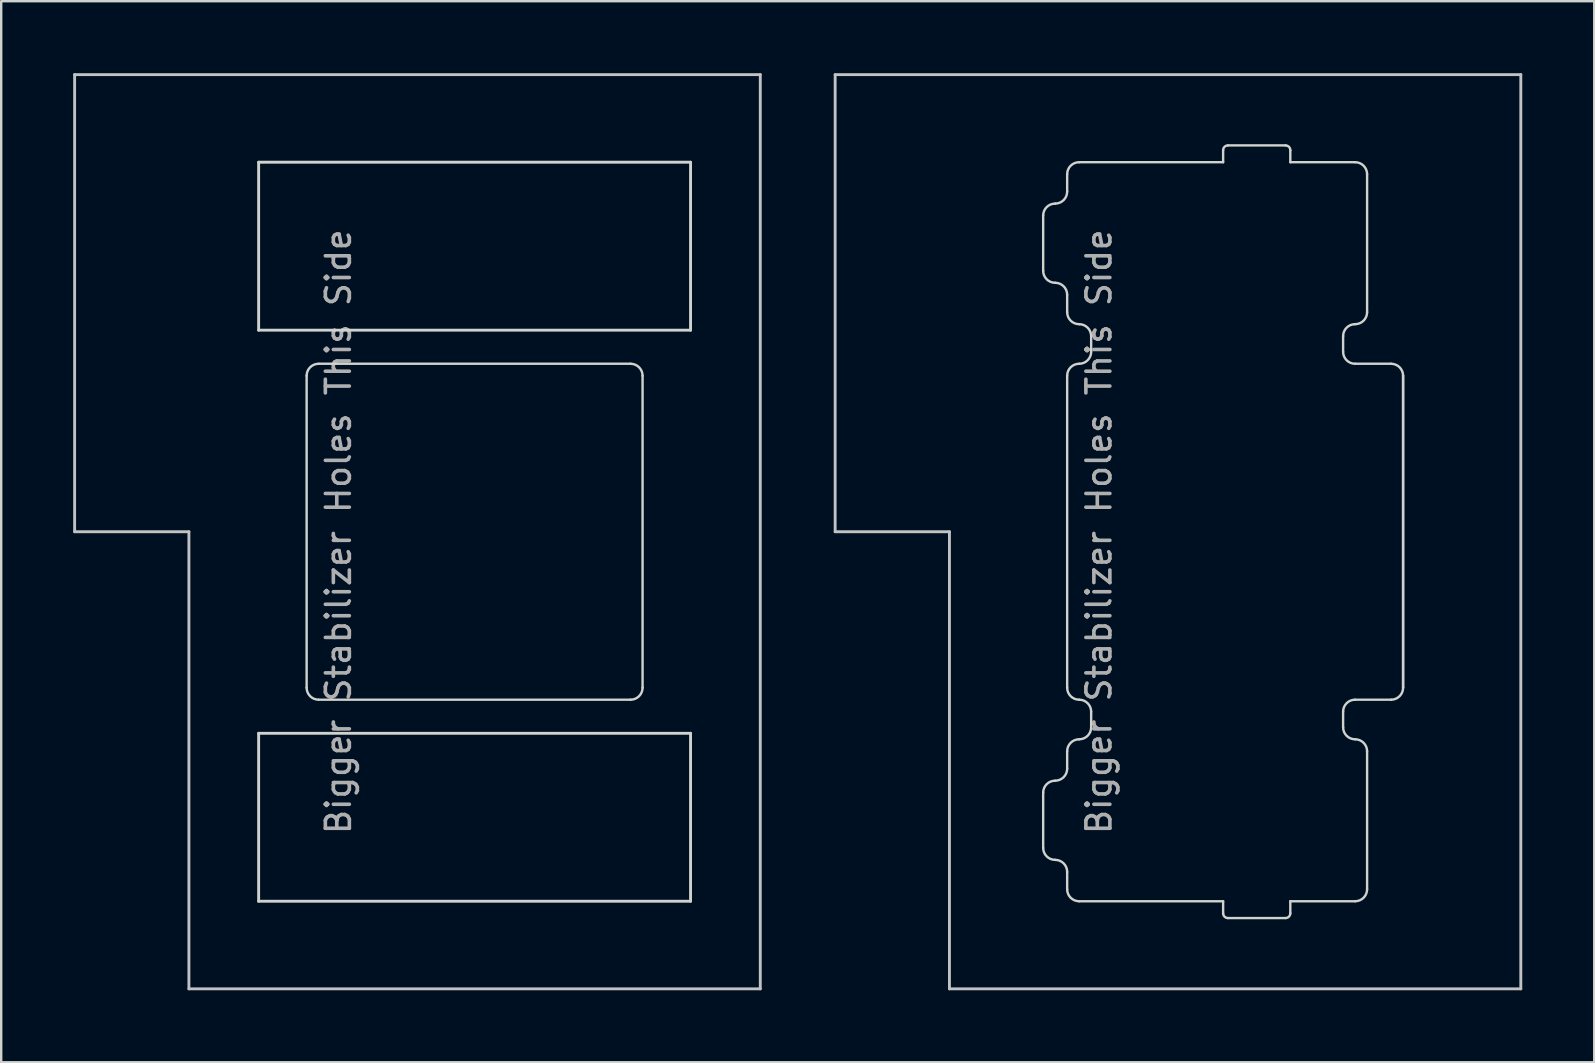
<source format=kicad_pcb>
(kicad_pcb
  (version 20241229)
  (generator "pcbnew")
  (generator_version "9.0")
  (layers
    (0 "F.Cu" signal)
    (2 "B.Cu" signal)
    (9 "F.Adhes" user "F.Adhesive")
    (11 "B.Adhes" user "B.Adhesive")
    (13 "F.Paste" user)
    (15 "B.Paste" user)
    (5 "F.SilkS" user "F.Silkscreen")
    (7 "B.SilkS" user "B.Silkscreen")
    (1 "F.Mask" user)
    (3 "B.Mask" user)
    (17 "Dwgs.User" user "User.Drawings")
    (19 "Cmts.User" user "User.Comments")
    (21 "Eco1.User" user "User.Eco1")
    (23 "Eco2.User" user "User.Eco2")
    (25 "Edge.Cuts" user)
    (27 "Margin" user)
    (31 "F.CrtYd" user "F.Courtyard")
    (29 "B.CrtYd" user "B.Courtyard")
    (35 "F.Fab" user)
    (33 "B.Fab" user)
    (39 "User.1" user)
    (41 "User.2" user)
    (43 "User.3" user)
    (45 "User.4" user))
  (footprint "mx_top_plate_iso_enter_plate_mount"
    (layer "F.Cu")
    (at 48.424 19.11)
    (property "Reference" "mx_top_plate_iso_enter_plate_mount" (at -2.381 0 270) (layer "Eco1.User") (effects (font (size 1 1) (thickness 0.15))))
    (attr through_hole)
    (fp_line (start -16.669 -19.05) (end 11.906 -19.05) (stroke (width 0.12) (type solid)) (layer "Dwgs.User"))
    (fp_line (start -16.669 0) (end -16.669 -19.05) (stroke (width 0.12) (type solid)) (layer "Dwgs.User"))
    (fp_line (start -11.906 0) (end -16.669 0) (stroke (width 0.12) (type solid)) (layer "Dwgs.User"))
    (fp_line (start -11.906 19.05) (end -11.906 0) (stroke (width 0.12) (type solid)) (layer "Dwgs.User"))
    (fp_line (start 11.906 -19.05) (end 11.906 19.05) (stroke (width 0.12) (type solid)) (layer "Dwgs.User"))
    (fp_line (start 11.906 19.05) (end -11.906 19.05) (stroke (width 0.12) (type solid)) (layer "Dwgs.User"))
    (fp_line (start 0 0) (end -0.5 0) (stroke (width 0.12) (type solid)) (layer "Eco1.User"))
    (fp_line (start 0 0) (end 0 -0.5) (stroke (width 0.12) (type solid)) (layer "Eco1.User"))
    (fp_line (start 0 0) (end 0 0.5) (stroke (width 0.12) (type solid)) (layer "Eco1.User"))
    (fp_line (start 0 0) (end 0.5 0) (stroke (width 0.12) (type solid)) (layer "Eco1.User"))
    (fp_line (start -8 -13.175) (end -8 -10.875) (stroke (width 0.1) (type solid)) (layer "Edge.Cuts"))
    (fp_line (start -8 13.175) (end -8 10.875) (stroke (width 0.1) (type solid)) (layer "Edge.Cuts"))
    (fp_line (start -7 -14.9) (end -7 -14.175) (stroke (width 0.1) (type solid)) (layer "Edge.Cuts"))
    (fp_line (start -7 -9.875) (end -7 -9.15) (stroke (width 0.1) (type solid)) (layer "Edge.Cuts"))
    (fp_line (start -7 -6.5) (end -7 6.5) (stroke (width 0.1) (type solid)) (layer "Edge.Cuts"))
    (fp_line (start -7 9.875) (end -7 9.15) (stroke (width 0.1) (type solid)) (layer "Edge.Cuts"))
    (fp_line (start -7 14.9) (end -7 14.175) (stroke (width 0.1) (type solid)) (layer "Edge.Cuts"))
    (fp_line (start -6 -8.15) (end -6 -7.5) (stroke (width 0.1) (type solid)) (layer "Edge.Cuts"))
    (fp_line (start -6 8.15) (end -6 7.5) (stroke (width 0.1) (type solid)) (layer "Edge.Cuts"))
    (fp_line (start -0.5 -15.9) (end -0.5 -15.4) (stroke (width 0.1) (type solid)) (layer "Edge.Cuts"))
    (fp_line (start -0.5 -15.4) (end -6.5 -15.4) (stroke (width 0.1) (type solid)) (layer "Edge.Cuts"))
    (fp_line (start -0.5 15.4) (end -6.5 15.4) (stroke (width 0.1) (type solid)) (layer "Edge.Cuts"))
    (fp_line (start -0.5 15.9) (end -0.5 15.4) (stroke (width 0.1) (type solid)) (layer "Edge.Cuts"))
    (fp_line (start 2.1 -16.1) (end -0.3 -16.1) (stroke (width 0.1) (type solid)) (layer "Edge.Cuts"))
    (fp_line (start 2.1 16.1) (end -0.3 16.1) (stroke (width 0.1) (type solid)) (layer "Edge.Cuts"))
    (fp_line (start 2.3 -15.9) (end 2.3 -15.4) (stroke (width 0.1) (type solid)) (layer "Edge.Cuts"))
    (fp_line (start 2.3 15.9) (end 2.3 15.4) (stroke (width 0.1) (type solid)) (layer "Edge.Cuts"))
    (fp_line (start 4.5 -8.15) (end 4.5 -7.5) (stroke (width 0.1) (type solid)) (layer "Edge.Cuts"))
    (fp_line (start 4.5 8.15) (end 4.5 7.5) (stroke (width 0.1) (type solid)) (layer "Edge.Cuts"))
    (fp_line (start 5 -15.4) (end 2.3 -15.4) (stroke (width 0.1) (type solid)) (layer "Edge.Cuts"))
    (fp_line (start 5 15.4) (end 2.3 15.4) (stroke (width 0.1) (type solid)) (layer "Edge.Cuts"))
    (fp_line (start 5.5 -14.9) (end 5.5 -9.15) (stroke (width 0.1) (type solid)) (layer "Edge.Cuts"))
    (fp_line (start 5.5 14.9) (end 5.5 9.15) (stroke (width 0.1) (type solid)) (layer "Edge.Cuts"))
    (fp_line (start 6.5 -7) (end 5 -7) (stroke (width 0.1) (type solid)) (layer "Edge.Cuts"))
    (fp_line (start 6.5 7) (end 5 7) (stroke (width 0.1) (type solid)) (layer "Edge.Cuts"))
    (fp_line (start 7 -6.5) (end 7 6.5) (stroke (width 0.1) (type solid)) (layer "Edge.Cuts"))
    (fp_line (start 7 -6.5) (end 7 6.5) (stroke (width 0.1) (type solid)) (layer "Edge.Cuts"))
    (fp_arc (start -7.999987 -13.175001) (mid -7.85354 -13.528554) (end -7.499987 -13.675001) (stroke (width 0.1) (type solid)) (layer "Edge.Cuts"))
    (fp_arc (start -7.999987 10.874999) (mid -7.85354 10.521446) (end -7.499987 10.374999) (stroke (width 0.1) (type solid)) (layer "Edge.Cuts"))
    (fp_arc (start -7.499987 -10.375001) (mid -7.85354 -10.521448) (end -7.999987 -10.875001) (stroke (width 0.1) (type solid)) (layer "Edge.Cuts"))
    (fp_arc (start -7.499987 -10.375001) (mid -7.146434 -10.228554) (end -6.999987 -9.875001) (stroke (width 0.1) (type solid)) (layer "Edge.Cuts"))
    (fp_arc (start -7.499987 13.674999) (mid -7.85354 13.528552) (end -7.999987 13.174999) (stroke (width 0.1) (type solid)) (layer "Edge.Cuts"))
    (fp_arc (start -7.499987 13.674999) (mid -7.146434 13.821446) (end -6.999987 14.174999) (stroke (width 0.1) (type solid)) (layer "Edge.Cuts"))
    (fp_arc (start -6.999987 -14.900001) (mid -6.85354 -15.253554) (end -6.499987 -15.400001) (stroke (width 0.1) (type solid)) (layer "Edge.Cuts"))
    (fp_arc (start -6.999987 -14.175001) (mid -7.146434 -13.821448) (end -7.499987 -13.675001) (stroke (width 0.1) (type solid)) (layer "Edge.Cuts"))
    (fp_arc (start -6.999987 -6.500001) (mid -6.85354 -6.853554) (end -6.499987 -7.000001) (stroke (width 0.1) (type solid)) (layer "Edge.Cuts"))
    (fp_arc (start -6.999987 9.149999) (mid -6.85354 8.796446) (end -6.499987 8.649999) (stroke (width 0.1) (type solid)) (layer "Edge.Cuts"))
    (fp_arc (start -6.999987 9.874999) (mid -7.146434 10.228552) (end -7.499987 10.374999) (stroke (width 0.1) (type solid)) (layer "Edge.Cuts"))
    (fp_arc (start -6.499987 -8.650001) (mid -6.85354 -8.796448) (end -6.999987 -9.150001) (stroke (width 0.1) (type solid)) (layer "Edge.Cuts"))
    (fp_arc (start -6.499987 -8.650001) (mid -6.146434 -8.503554) (end -5.999987 -8.150001) (stroke (width 0.1) (type solid)) (layer "Edge.Cuts"))
    (fp_arc (start -6.499987 6.999999) (mid -6.85354 6.853552) (end -6.999987 6.499999) (stroke (width 0.1) (type solid)) (layer "Edge.Cuts"))
    (fp_arc (start -6.499987 6.999999) (mid -6.146434 7.146446) (end -5.999987 7.499999) (stroke (width 0.1) (type solid)) (layer "Edge.Cuts"))
    (fp_arc (start -6.499987 15.399999) (mid -6.85354 15.253552) (end -6.999987 14.899999) (stroke (width 0.1) (type solid)) (layer "Edge.Cuts"))
    (fp_arc (start -5.999987 -7.500001) (mid -6.146434 -7.146448) (end -6.499987 -7.000001) (stroke (width 0.1) (type solid)) (layer "Edge.Cuts"))
    (fp_arc (start -5.999987 8.149999) (mid -6.146434 8.503552) (end -6.499987 8.649999) (stroke (width 0.1) (type solid)) (layer "Edge.Cuts"))
    (fp_arc (start -0.499987 -15.900001) (mid -0.441408 -16.041422) (end -0.299987 -16.100001) (stroke (width 0.1) (type solid)) (layer "Edge.Cuts"))
    (fp_arc (start -0.299987 16.099999) (mid -0.441408 16.04142) (end -0.499987 15.899999) (stroke (width 0.1) (type solid)) (layer "Edge.Cuts"))
    (fp_arc (start 2.100013 -16.100001) (mid 2.241434 -16.041422) (end 2.300013 -15.900001) (stroke (width 0.1) (type solid)) (layer "Edge.Cuts"))
    (fp_arc (start 2.300013 15.899999) (mid 2.241434 16.04142) (end 2.100013 16.099999) (stroke (width 0.1) (type solid)) (layer "Edge.Cuts"))
    (fp_arc (start 4.500013 -8.150001) (mid 4.64646 -8.503554) (end 5.000013 -8.650001) (stroke (width 0.1) (type solid)) (layer "Edge.Cuts"))
    (fp_arc (start 4.500013 7.499999) (mid 4.64646 7.146446) (end 5.000013 6.999999) (stroke (width 0.1) (type solid)) (layer "Edge.Cuts"))
    (fp_arc (start 5.000013 -15.400001) (mid 5.353566 -15.253554) (end 5.500013 -14.900001) (stroke (width 0.1) (type solid)) (layer "Edge.Cuts"))
    (fp_arc (start 5.000013 -7.000001) (mid 4.64646 -7.146448) (end 4.500013 -7.500001) (stroke (width 0.1) (type solid)) (layer "Edge.Cuts"))
    (fp_arc (start 5.000013 8.649999) (mid 4.64646 8.503552) (end 4.500013 8.149999) (stroke (width 0.1) (type solid)) (layer "Edge.Cuts"))
    (fp_arc (start 5.000013 8.649999) (mid 5.353566 8.796446) (end 5.500013 9.149999) (stroke (width 0.1) (type solid)) (layer "Edge.Cuts"))
    (fp_arc (start 5.500013 -9.150001) (mid 5.353566 -8.796448) (end 5.000013 -8.650001) (stroke (width 0.1) (type solid)) (layer "Edge.Cuts"))
    (fp_arc (start 5.500013 14.899999) (mid 5.353566 15.253552) (end 5.000013 15.399999) (stroke (width 0.1) (type solid)) (layer "Edge.Cuts"))
    (fp_arc (start 6.500013 -7.000001) (mid 6.853566 -6.853554) (end 7.000013 -6.500001) (stroke (width 0.1) (type solid)) (layer "Edge.Cuts"))
    (fp_arc (start 7.000013 6.499999) (mid 6.853566 6.853552) (end 6.500013 6.999999) (stroke (width 0.1) (type solid)) (layer "Edge.Cuts"))
    (fp_text user "Bigger Stabilizer Holes This Side" (at -5.675 0 90) (unlocked yes) (layer "F.Fab") (effects (font (size 1 1) (thickness 0.15)))))
  (footprint "mx_top_plate_iso_enter_pcb_mount"
    (layer "F.Cu")
    (at 16.729 19.11)
    (property "Reference" "mx_top_plate_iso_enter_pcb_mount" (at -2.381 0 270) (layer "Eco1.User") (effects (font (size 1 1) (thickness 0.15))))
    (attr through_hole)
    (fp_line (start -16.669 -19.05) (end 11.906 -19.05) (stroke (width 0.12) (type solid)) (layer "Dwgs.User"))
    (fp_line (start -16.669 0) (end -16.669 -19.05) (stroke (width 0.12) (type solid)) (layer "Dwgs.User"))
    (fp_line (start -11.906 0) (end -16.669 0) (stroke (width 0.12) (type solid)) (layer "Dwgs.User"))
    (fp_line (start -11.906 19.05) (end -11.906 0) (stroke (width 0.12) (type solid)) (layer "Dwgs.User"))
    (fp_line (start 11.906 -19.05) (end 11.906 19.05) (stroke (width 0.12) (type solid)) (layer "Dwgs.User"))
    (fp_line (start 11.906 19.05) (end -11.906 19.05) (stroke (width 0.12) (type solid)) (layer "Dwgs.User"))
    (fp_line (start 0 0) (end -0.5 0) (stroke (width 0.12) (type solid)) (layer "Eco1.User"))
    (fp_line (start 0 0) (end 0 -0.5) (stroke (width 0.12) (type solid)) (layer "Eco1.User"))
    (fp_line (start 0 0) (end 0 0.5) (stroke (width 0.12) (type solid)) (layer "Eco1.User"))
    (fp_line (start 0 0) (end 0.5 0) (stroke (width 0.12) (type solid)) (layer "Eco1.User"))
    (fp_line (start -9 -15.4) (end 9 -15.4) (stroke (width 0.12) (type default)) (layer "Edge.Cuts"))
    (fp_line (start -9 -8.4) (end -9 -15.4) (stroke (width 0.12) (type default)) (layer "Edge.Cuts"))
    (fp_line (start -9 8.4) (end 9 8.4) (stroke (width 0.12) (type default)) (layer "Edge.Cuts"))
    (fp_line (start -9 15.4) (end -9 8.4) (stroke (width 0.12) (type default)) (layer "Edge.Cuts"))
    (fp_line (start -7 6.5) (end -7 -6.5) (stroke (width 0.1) (type solid)) (layer "Edge.Cuts"))
    (fp_line (start -6.491 -7) (end 6.509 -7) (stroke (width 0.1) (type solid)) (layer "Edge.Cuts"))
    (fp_line (start -6.491 7) (end 6.5 7) (stroke (width 0.1) (type solid)) (layer "Edge.Cuts"))
    (fp_line (start 7 6.5) (end 7 -6.5) (stroke (width 0.1) (type solid)) (layer "Edge.Cuts"))
    (fp_line (start 9 -15.4) (end 9 -8.4) (stroke (width 0.12) (type default)) (layer "Edge.Cuts"))
    (fp_line (start 9 -8.4) (end -9 -8.4) (stroke (width 0.12) (type default)) (layer "Edge.Cuts"))
    (fp_line (start 9 8.4) (end 9 15.4) (stroke (width 0.12) (type default)) (layer "Edge.Cuts"))
    (fp_line (start 9 15.4) (end -9 15.4) (stroke (width 0.12) (type default)) (layer "Edge.Cuts"))
    (fp_arc (start -7 -6.5) (mid -6.853553 -6.853553) (end -6.5 -7) (stroke (width 0.1) (type solid)) (layer "Edge.Cuts"))
    (fp_arc (start -6.5 7) (mid -6.853553 6.853553) (end -7 6.5) (stroke (width 0.1) (type solid)) (layer "Edge.Cuts"))
    (fp_arc (start 6.5 -7) (mid 6.853553 -6.853553) (end 7 -6.5) (stroke (width 0.1) (type solid)) (layer "Edge.Cuts"))
    (fp_arc (start 7 6.5) (mid 6.853553 6.853553) (end 6.5 7) (stroke (width 0.1) (type solid)) (layer "Edge.Cuts"))
    (fp_text user "Bigger Stabilizer Holes This Side" (at -5.675 0 90) (unlocked yes) (layer "F.Fab") (effects (font (size 1 1) (thickness 0.15)))))
  (gr_rect
    (start -3 -3)
    (end 63.39 41.22)
    (stroke (width 0.1) (type default))
    (fill no)
    (layer "Edge.Cuts")))
</source>
